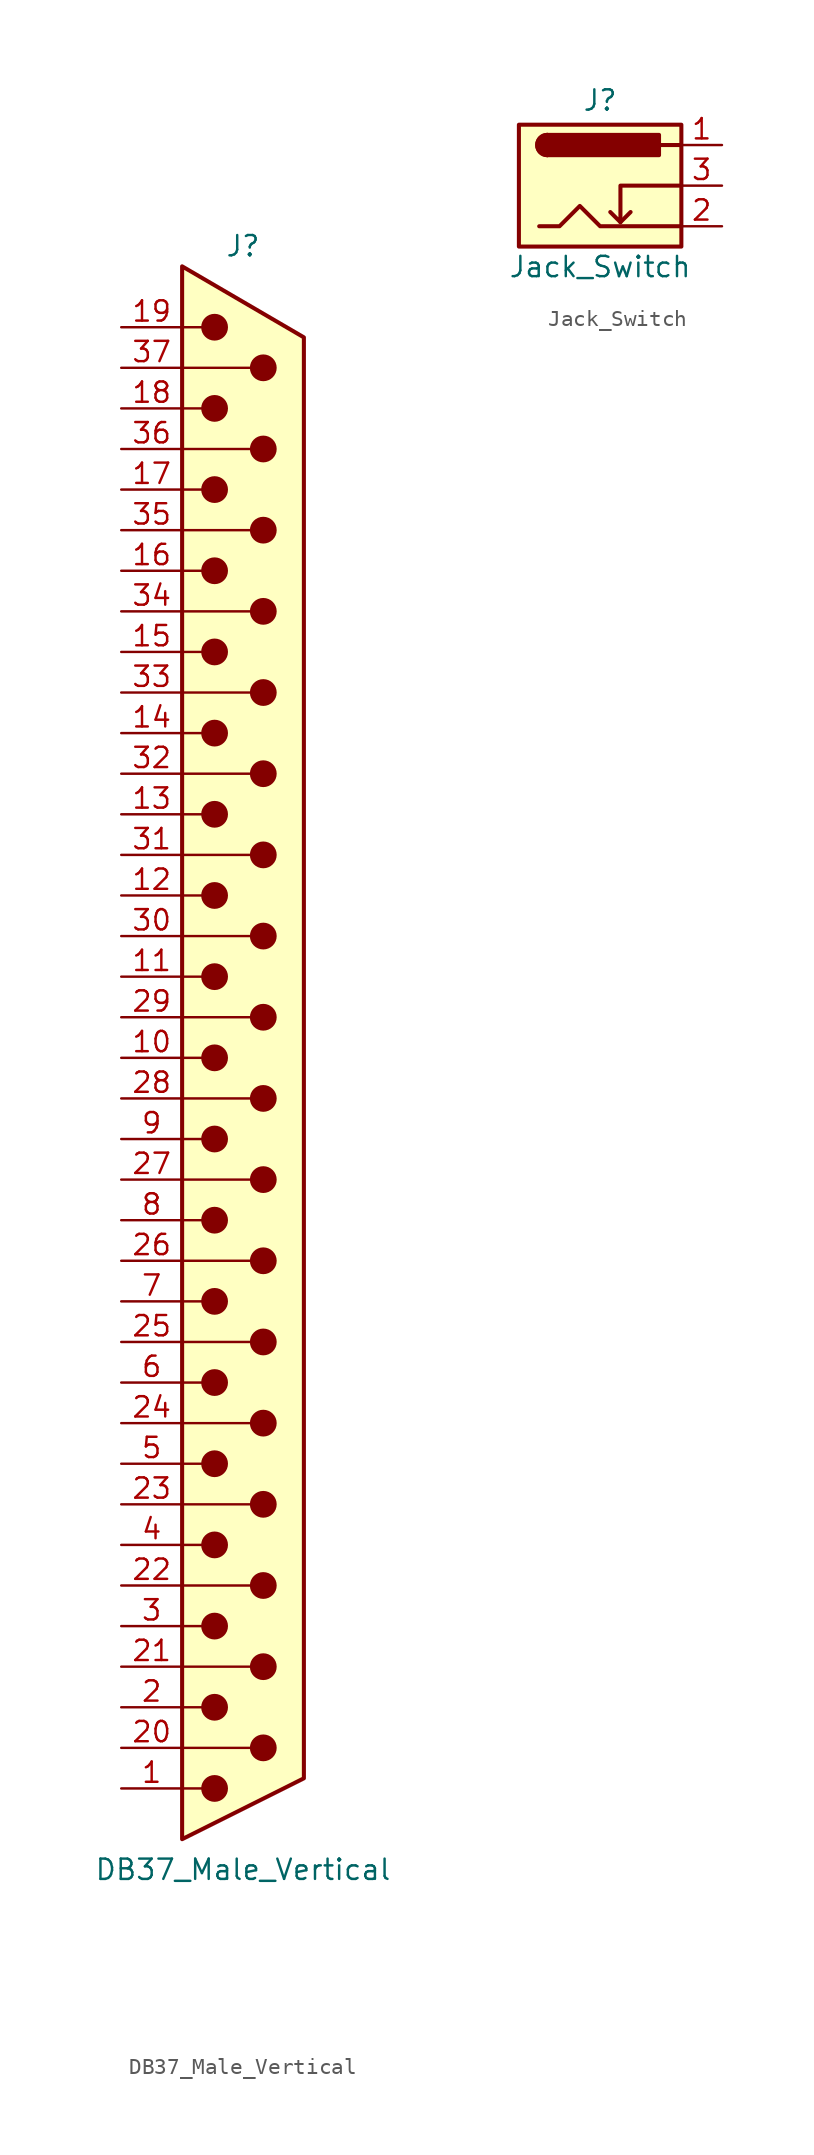
<source format=kicad_sym>
(kicad_symbol_lib
  (version 20220914)
  (generator kicad_symbol_editor)
  (symbol "DB37_Male_Vertical"
    (pin_names
      (offset 1.016) hide)
    (property "Reference" "J"
      (at 0 50.8 0)
      (effects (font (size 1.27 1.27))))
    (property "Value" "DB37_Male_Vertical"
      (at 0 -50.8 0)
      (effects (font (size 1.27 1.27))))
    (symbol "DB37_Male_Vertical_0_1"
      (circle (center -1.778 -45.72) (radius 0.762) (stroke (width 0) (type default)) (fill (type outline)))
      (circle (center -1.778 -40.64) (radius 0.762) (stroke (width 0) (type default)) (fill (type outline)))
      (circle (center -1.778 -35.56) (radius 0.762) (stroke (width 0) (type default)) (fill (type outline)))
      (circle (center -1.778 -30.48) (radius 0.762) (stroke (width 0) (type default)) (fill (type outline)))
      (circle (center -1.778 -25.4) (radius 0.762) (stroke (width 0) (type default)) (fill (type outline)))
      (circle (center -1.778 -20.32) (radius 0.762) (stroke (width 0) (type default)) (fill (type outline)))
      (circle (center -1.778 -15.24) (radius 0.762) (stroke (width 0) (type default)) (fill (type outline)))
      (circle (center -1.778 -10.16) (radius 0.762) (stroke (width 0) (type default)) (fill (type outline)))
      (circle (center -1.778 -5.08) (radius 0.762) (stroke (width 0) (type default)) (fill (type outline)))
      (circle (center -1.778 0) (radius 0.762) (stroke (width 0) (type default)) (fill (type outline)))
      (circle (center -1.778 5.08) (radius 0.762) (stroke (width 0) (type default)) (fill (type outline)))
      (circle (center -1.778 10.16) (radius 0.762) (stroke (width 0) (type default)) (fill (type outline)))
      (circle (center -1.778 15.24) (radius 0.762) (stroke (width 0) (type default)) (fill (type outline)))
      (circle (center -1.778 20.32) (radius 0.762) (stroke (width 0) (type default)) (fill (type outline)))
      (circle (center -1.778 25.4) (radius 0.762) (stroke (width 0) (type default)) (fill (type outline)))
      (circle (center -1.778 30.48) (radius 0.762) (stroke (width 0) (type default)) (fill (type outline)))
      (circle (center -1.778 35.56) (radius 0.762) (stroke (width 0) (type default)) (fill (type outline)))
      (circle (center -1.778 40.64) (radius 0.762) (stroke (width 0) (type default)) (fill (type outline)))
      (circle (center -1.778 45.72) (radius 0.762) (stroke (width 0) (type default)) (fill (type outline)))
      (polyline (pts (xy -3.81 -45.72) (xy -2.54 -45.72)) (stroke (width 0) (type default)) (fill (type none)))
      (polyline (pts (xy -3.81 -43.18) (xy 0.508 -43.18)) (stroke (width 0) (type default)) (fill (type none)))
      (polyline (pts (xy -3.81 -40.64) (xy -2.54 -40.64)) (stroke (width 0) (type default)) (fill (type none)))
      (polyline (pts (xy -3.81 -38.1) (xy 0.508 -38.1)) (stroke (width 0) (type default)) (fill (type none)))
      (polyline (pts (xy -3.81 -35.56) (xy -2.54 -35.56)) (stroke (width 0) (type default)) (fill (type none)))
      (polyline (pts (xy -3.81 -33.02) (xy 0.508 -33.02)) (stroke (width 0) (type default)) (fill (type none)))
      (polyline (pts (xy -3.81 -30.48) (xy -2.54 -30.48)) (stroke (width 0) (type default)) (fill (type none)))
      (polyline (pts (xy -3.81 -27.94) (xy 0.508 -27.94)) (stroke (width 0) (type default)) (fill (type none)))
      (polyline (pts (xy -3.81 -25.4) (xy -2.54 -25.4)) (stroke (width 0) (type default)) (fill (type none)))
      (polyline (pts (xy -3.81 -22.86) (xy 0.508 -22.86)) (stroke (width 0) (type default)) (fill (type none)))
      (polyline (pts (xy -3.81 -20.32) (xy -2.54 -20.32)) (stroke (width 0) (type default)) (fill (type none)))
      (polyline (pts (xy -3.81 -17.78) (xy 0.508 -17.78)) (stroke (width 0) (type default)) (fill (type none)))
      (polyline (pts (xy -3.81 -15.24) (xy -2.54 -15.24)) (stroke (width 0) (type default)) (fill (type none)))
      (polyline (pts (xy -3.81 -12.7) (xy 0.508 -12.7)) (stroke (width 0) (type default)) (fill (type none)))
      (polyline (pts (xy -3.81 -10.16) (xy -2.54 -10.16)) (stroke (width 0) (type default)) (fill (type none)))
      (polyline (pts (xy -3.81 -7.62) (xy 0.508 -7.62)) (stroke (width 0) (type default)) (fill (type none)))
      (polyline (pts (xy -3.81 -5.08) (xy -2.54 -5.08)) (stroke (width 0) (type default)) (fill (type none)))
      (polyline (pts (xy -3.81 -2.54) (xy 0.508 -2.54)) (stroke (width 0) (type default)) (fill (type none)))
      (polyline (pts (xy -3.81 0) (xy -2.54 0)) (stroke (width 0) (type default)) (fill (type none)))
      (polyline (pts (xy -3.81 2.54) (xy 0.508 2.54)) (stroke (width 0) (type default)) (fill (type none)))
      (polyline (pts (xy -3.81 5.08) (xy -2.54 5.08)) (stroke (width 0) (type default)) (fill (type none)))
      (polyline (pts (xy -3.81 7.62) (xy 0.508 7.62)) (stroke (width 0) (type default)) (fill (type none)))
      (polyline (pts (xy -3.81 10.16) (xy -2.54 10.16)) (stroke (width 0) (type default)) (fill (type none)))
      (polyline (pts (xy -3.81 12.7) (xy 0.508 12.7)) (stroke (width 0) (type default)) (fill (type none)))
      (polyline (pts (xy -3.81 15.24) (xy -2.54 15.24)) (stroke (width 0) (type default)) (fill (type none)))
      (polyline (pts (xy -3.81 17.78) (xy 0.508 17.78)) (stroke (width 0) (type default)) (fill (type none)))
      (polyline (pts (xy -3.81 20.32) (xy -2.54 20.32)) (stroke (width 0) (type default)) (fill (type none)))
      (polyline (pts (xy -3.81 22.86) (xy 0.508 22.86)) (stroke (width 0) (type default)) (fill (type none)))
      (polyline (pts (xy -3.81 25.4) (xy -2.54 25.4)) (stroke (width 0) (type default)) (fill (type none)))
      (polyline (pts (xy -3.81 27.94) (xy 0.508 27.94)) (stroke (width 0) (type default)) (fill (type none)))
      (polyline (pts (xy -3.81 30.48) (xy -2.54 30.48)) (stroke (width 0) (type default)) (fill (type none)))
      (polyline (pts (xy -3.81 33.02) (xy 0.508 33.02)) (stroke (width 0) (type default)) (fill (type none)))
      (polyline (pts (xy -3.81 35.56) (xy -2.54 35.56)) (stroke (width 0) (type default)) (fill (type none)))
      (polyline (pts (xy -3.81 38.1) (xy 0.508 38.1)) (stroke (width 0) (type default)) (fill (type none)))
      (polyline (pts (xy -3.81 40.64) (xy -2.54 40.64)) (stroke (width 0) (type default)) (fill (type none)))
      (polyline (pts (xy -3.81 43.18) (xy 0.508 43.18)) (stroke (width 0) (type default)) (fill (type none)))
      (polyline (pts (xy -3.81 45.72) (xy -2.54 45.72)) (stroke (width 0) (type default)) (fill (type none)))
      (polyline (pts (xy -3.81 49.53) (xy 3.81 45.085) (xy 3.81 -45.085) (xy -3.81 -48.895) (xy -3.81 49.53)) (stroke (width 0.254) (type default)) (fill (type background)))
      (circle (center 1.27 -43.18) (radius 0.762) (stroke (width 0) (type default)) (fill (type outline)))
      (circle (center 1.27 -38.1) (radius 0.762) (stroke (width 0) (type default)) (fill (type outline)))
      (circle (center 1.27 -33.02) (radius 0.762) (stroke (width 0) (type default)) (fill (type outline)))
      (circle (center 1.27 -27.94) (radius 0.762) (stroke (width 0) (type default)) (fill (type outline)))
      (circle (center 1.27 -22.86) (radius 0.762) (stroke (width 0) (type default)) (fill (type outline)))
      (circle (center 1.27 -17.78) (radius 0.762) (stroke (width 0) (type default)) (fill (type outline)))
      (circle (center 1.27 -12.7) (radius 0.762) (stroke (width 0) (type default)) (fill (type outline)))
      (circle (center 1.27 -7.62) (radius 0.762) (stroke (width 0) (type default)) (fill (type outline)))
      (circle (center 1.27 -2.54) (radius 0.762) (stroke (width 0) (type default)) (fill (type outline)))
      (circle (center 1.27 2.54) (radius 0.762) (stroke (width 0) (type default)) (fill (type outline)))
      (circle (center 1.27 7.62) (radius 0.762) (stroke (width 0) (type default)) (fill (type outline)))
      (circle (center 1.27 12.7) (radius 0.762) (stroke (width 0) (type default)) (fill (type outline)))
      (circle (center 1.27 17.78) (radius 0.762) (stroke (width 0) (type default)) (fill (type outline)))
      (circle (center 1.27 22.86) (radius 0.762) (stroke (width 0) (type default)) (fill (type outline)))
      (circle (center 1.27 27.94) (radius 0.762) (stroke (width 0) (type default)) (fill (type outline)))
      (circle (center 1.27 33.02) (radius 0.762) (stroke (width 0) (type default)) (fill (type outline)))
      (circle (center 1.27 38.1) (radius 0.762) (stroke (width 0) (type default)) (fill (type outline)))
      (circle (center 1.27 43.18) (radius 0.762) (stroke (width 0) (type default)) (fill (type outline))))
    (symbol "DB37_Male_Vertical_1_1"
      (pin passive line (at -7.62 -45.72 0) (length 3.81) (name "1" (effects (font (size 1.27 1.27)))) (number "1" (effects (font (size 1.27 1.27)))))
      (pin passive line (at -7.62 0 0) (length 3.81) (name "10" (effects (font (size 1.27 1.27)))) (number "10" (effects (font (size 1.27 1.27)))))
      (pin passive line (at -7.62 5.08 0) (length 3.81) (name "11" (effects (font (size 1.27 1.27)))) (number "11" (effects (font (size 1.27 1.27)))))
      (pin passive line (at -7.62 10.16 0) (length 3.81) (name "12" (effects (font (size 1.27 1.27)))) (number "12" (effects (font (size 1.27 1.27)))))
      (pin passive line (at -7.62 15.24 0) (length 3.81) (name "13" (effects (font (size 1.27 1.27)))) (number "13" (effects (font (size 1.27 1.27)))))
      (pin passive line (at -7.62 20.32 0) (length 3.81) (name "14" (effects (font (size 1.27 1.27)))) (number "14" (effects (font (size 1.27 1.27)))))
      (pin passive line (at -7.62 25.4 0) (length 3.81) (name "15" (effects (font (size 1.27 1.27)))) (number "15" (effects (font (size 1.27 1.27)))))
      (pin passive line (at -7.62 30.48 0) (length 3.81) (name "16" (effects (font (size 1.27 1.27)))) (number "16" (effects (font (size 1.27 1.27)))))
      (pin passive line (at -7.62 35.56 0) (length 3.81) (name "17" (effects (font (size 1.27 1.27)))) (number "17" (effects (font (size 1.27 1.27)))))
      (pin passive line (at -7.62 40.64 0) (length 3.81) (name "18" (effects (font (size 1.27 1.27)))) (number "18" (effects (font (size 1.27 1.27)))))
      (pin passive line (at -7.62 45.72 0) (length 3.81) (name "19" (effects (font (size 1.27 1.27)))) (number "19" (effects (font (size 1.27 1.27)))))
      (pin passive line (at -7.62 -40.64 0) (length 3.81) (name "2" (effects (font (size 1.27 1.27)))) (number "2" (effects (font (size 1.27 1.27)))))
      (pin passive line (at -7.62 -43.18 0) (length 3.81) (name "20" (effects (font (size 1.27 1.27)))) (number "20" (effects (font (size 1.27 1.27)))))
      (pin passive line (at -7.62 -38.1 0) (length 3.81) (name "21" (effects (font (size 1.27 1.27)))) (number "21" (effects (font (size 1.27 1.27)))))
      (pin passive line (at -7.62 -33.02 0) (length 3.81) (name "22" (effects (font (size 1.27 1.27)))) (number "22" (effects (font (size 1.27 1.27)))))
      (pin passive line (at -7.62 -27.94 0) (length 3.81) (name "23" (effects (font (size 1.27 1.27)))) (number "23" (effects (font (size 1.27 1.27)))))
      (pin passive line (at -7.62 -22.86 0) (length 3.81) (name "24" (effects (font (size 1.27 1.27)))) (number "24" (effects (font (size 1.27 1.27)))))
      (pin passive line (at -7.62 -17.78 0) (length 3.81) (name "25" (effects (font (size 1.27 1.27)))) (number "25" (effects (font (size 1.27 1.27)))))
      (pin passive line (at -7.62 -12.7 0) (length 3.81) (name "26" (effects (font (size 1.27 1.27)))) (number "26" (effects (font (size 1.27 1.27)))))
      (pin passive line (at -7.62 -7.62 0) (length 3.81) (name "27" (effects (font (size 1.27 1.27)))) (number "27" (effects (font (size 1.27 1.27)))))
      (pin passive line (at -7.62 -2.54 0) (length 3.81) (name "28" (effects (font (size 1.27 1.27)))) (number "28" (effects (font (size 1.27 1.27)))))
      (pin passive line (at -7.62 2.54 0) (length 3.81) (name "29" (effects (font (size 1.27 1.27)))) (number "29" (effects (font (size 1.27 1.27)))))
      (pin passive line (at -7.62 -35.56 0) (length 3.81) (name "3" (effects (font (size 1.27 1.27)))) (number "3" (effects (font (size 1.27 1.27)))))
      (pin passive line (at -7.62 7.62 0) (length 3.81) (name "30" (effects (font (size 1.27 1.27)))) (number "30" (effects (font (size 1.27 1.27)))))
      (pin passive line (at -7.62 12.7 0) (length 3.81) (name "31" (effects (font (size 1.27 1.27)))) (number "31" (effects (font (size 1.27 1.27)))))
      (pin passive line (at -7.62 17.78 0) (length 3.81) (name "32" (effects (font (size 1.27 1.27)))) (number "32" (effects (font (size 1.27 1.27)))))
      (pin passive line (at -7.62 22.86 0) (length 3.81) (name "33" (effects (font (size 1.27 1.27)))) (number "33" (effects (font (size 1.27 1.27)))))
      (pin passive line (at -7.62 27.94 0) (length 3.81) (name "34" (effects (font (size 1.27 1.27)))) (number "34" (effects (font (size 1.27 1.27)))))
      (pin passive line (at -7.62 33.02 0) (length 3.81) (name "35" (effects (font (size 1.27 1.27)))) (number "35" (effects (font (size 1.27 1.27)))))
      (pin passive line (at -7.62 38.1 0) (length 3.81) (name "36" (effects (font (size 1.27 1.27)))) (number "36" (effects (font (size 1.27 1.27)))))
      (pin passive line (at -7.62 43.18 0) (length 3.81) (name "37" (effects (font (size 1.27 1.27)))) (number "37" (effects (font (size 1.27 1.27)))))
      (pin passive line (at -7.62 -30.48 0) (length 3.81) (name "4" (effects (font (size 1.27 1.27)))) (number "4" (effects (font (size 1.27 1.27)))))
      (pin passive line (at -7.62 -25.4 0) (length 3.81) (name "5" (effects (font (size 1.27 1.27)))) (number "5" (effects (font (size 1.27 1.27)))))
      (pin passive line (at -7.62 -20.32 0) (length 3.81) (name "6" (effects (font (size 1.27 1.27)))) (number "6" (effects (font (size 1.27 1.27)))))
      (pin passive line (at -7.62 -15.24 0) (length 3.81) (name "7" (effects (font (size 1.27 1.27)))) (number "7" (effects (font (size 1.27 1.27)))))
      (pin passive line (at -7.62 -10.16 0) (length 3.81) (name "8" (effects (font (size 1.27 1.27)))) (number "8" (effects (font (size 1.27 1.27)))))
      (pin passive line (at -7.62 -5.08 0) (length 3.81) (name "9" (effects (font (size 1.27 1.27)))) (number "9" (effects (font (size 1.27 1.27)))))))
  (symbol "Jack_Switch"
    (pin_names hide)
    (property "Reference" "J"
      (at 0 5.334 0)
      (effects (font (size 1.27 1.27))))
    (property "Value" "Jack_Switch"
      (at 0 -5.08 0)
      (effects (font (size 1.27 1.27))))
    (symbol "Jack_Switch_0_1"
      (rectangle (start -5.08 3.81) (end 5.08 -3.81) (stroke (width 0.254) (type default)) (fill (type background)))
      (arc (start -3.302 3.175) (mid -3.9343 2.54) (end -3.302 1.905) (stroke (width 0.254) (type default)) (fill (type none)))
      (arc (start -3.302 3.175) (mid -3.9343 2.54) (end -3.302 1.905) (stroke (width 0.254) (type default)) (fill (type outline)))
      (polyline (pts (xy 1.27 -2.286) (xy 1.905 -1.651)) (stroke (width 0.254) (type default)) (fill (type none)))
      (polyline (pts (xy 5.08 2.54) (xy 3.81 2.54)) (stroke (width 0.254) (type default)) (fill (type none)))
      (polyline (pts (xy 5.08 0) (xy 1.27 0) (xy 1.27 -2.286) (xy 0.635 -1.651)) (stroke (width 0.254) (type default)) (fill (type none)))
      (polyline (pts (xy -3.81 -2.54) (xy -2.54 -2.54) (xy -1.27 -1.27) (xy 0 -2.54) (xy 2.54 -2.54) (xy 5.08 -2.54)) (stroke (width 0.254) (type default)) (fill (type none)))
      (rectangle (start 3.683 3.175) (end -3.302 1.905) (stroke (width 0.254) (type default)) (fill (type outline))))
    (symbol "Jack_Switch_1_1"
      (pin passive line (at 7.62 2.54 180) (length 2.54) (name "~" (effects (font (size 1.27 1.27)))) (number "1" (effects (font (size 1.27 1.27)))))
      (pin passive line (at 7.62 -2.54 180) (length 2.54) (name "~" (effects (font (size 1.27 1.27)))) (number "2" (effects (font (size 1.27 1.27)))))
      (pin passive line (at 7.62 0 180) (length 2.54) (name "~" (effects (font (size 1.27 1.27)))) (number "3" (effects (font (size 1.27 1.27))))))))
</source>
